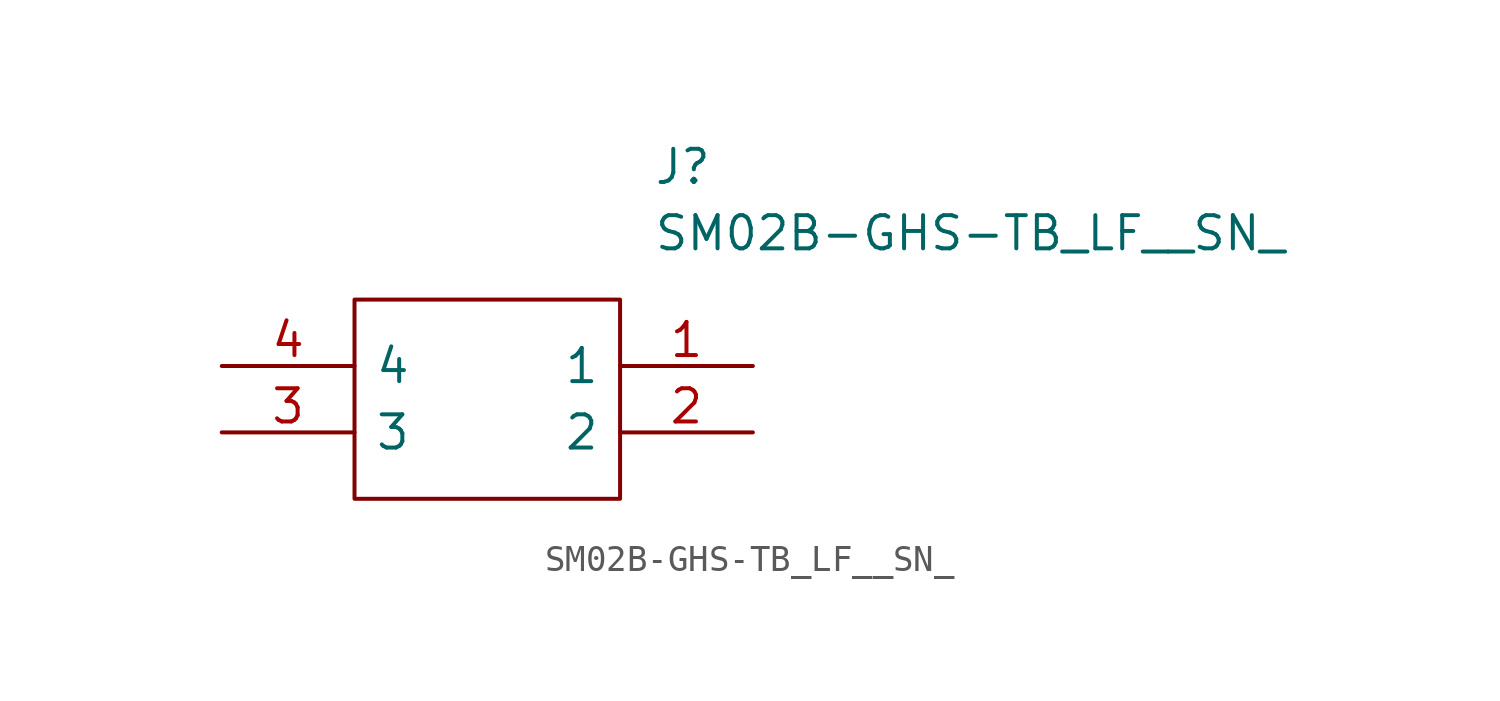
<source format=kicad_sym>
(kicad_symbol_lib
  (version 20211014)
  (generator kicad_symbol_editor)
  (symbol "SM02B-GHS-TB_LF__SN_"
    (pin_names
      (offset 0.762))
    (property "Reference" "J"
      (at 16.51 7.62 0)
      (effects (font (size 1.27 1.27)) (justify left)))
    (property "Value" "SM02B-GHS-TB_LF__SN_"
      (at 16.51 5.08 0)
      (effects (font (size 1.27 1.27)) (justify left)))
    (symbol "SM02B-GHS-TB_LF__SN__0_0"
      (pin passive line (at 20.32 0 180) (length 5.08) (name "1" (effects (font (size 1.27 1.27)))) (number "1" (effects (font (size 1.27 1.27)))))
      (pin passive line (at 20.32 -2.54 180) (length 5.08) (name "2" (effects (font (size 1.27 1.27)))) (number "2" (effects (font (size 1.27 1.27)))))
      (pin passive line (at 0 -2.54 0) (length 5.08) (name "3" (effects (font (size 1.27 1.27)))) (number "3" (effects (font (size 1.27 1.27)))))
      (pin passive line (at 0 0 0) (length 5.08) (name "4" (effects (font (size 1.27 1.27)))) (number "4" (effects (font (size 1.27 1.27))))))
    (symbol "SM02B-GHS-TB_LF__SN__0_1"
      (polyline (pts (xy 5.08 2.54) (xy 15.24 2.54) (xy 15.24 -5.08) (xy 5.08 -5.08) (xy 5.08 2.54)) (stroke (width 0.152) (type default) (color 0 0 0 0)) (fill (type none))))))
</source>
